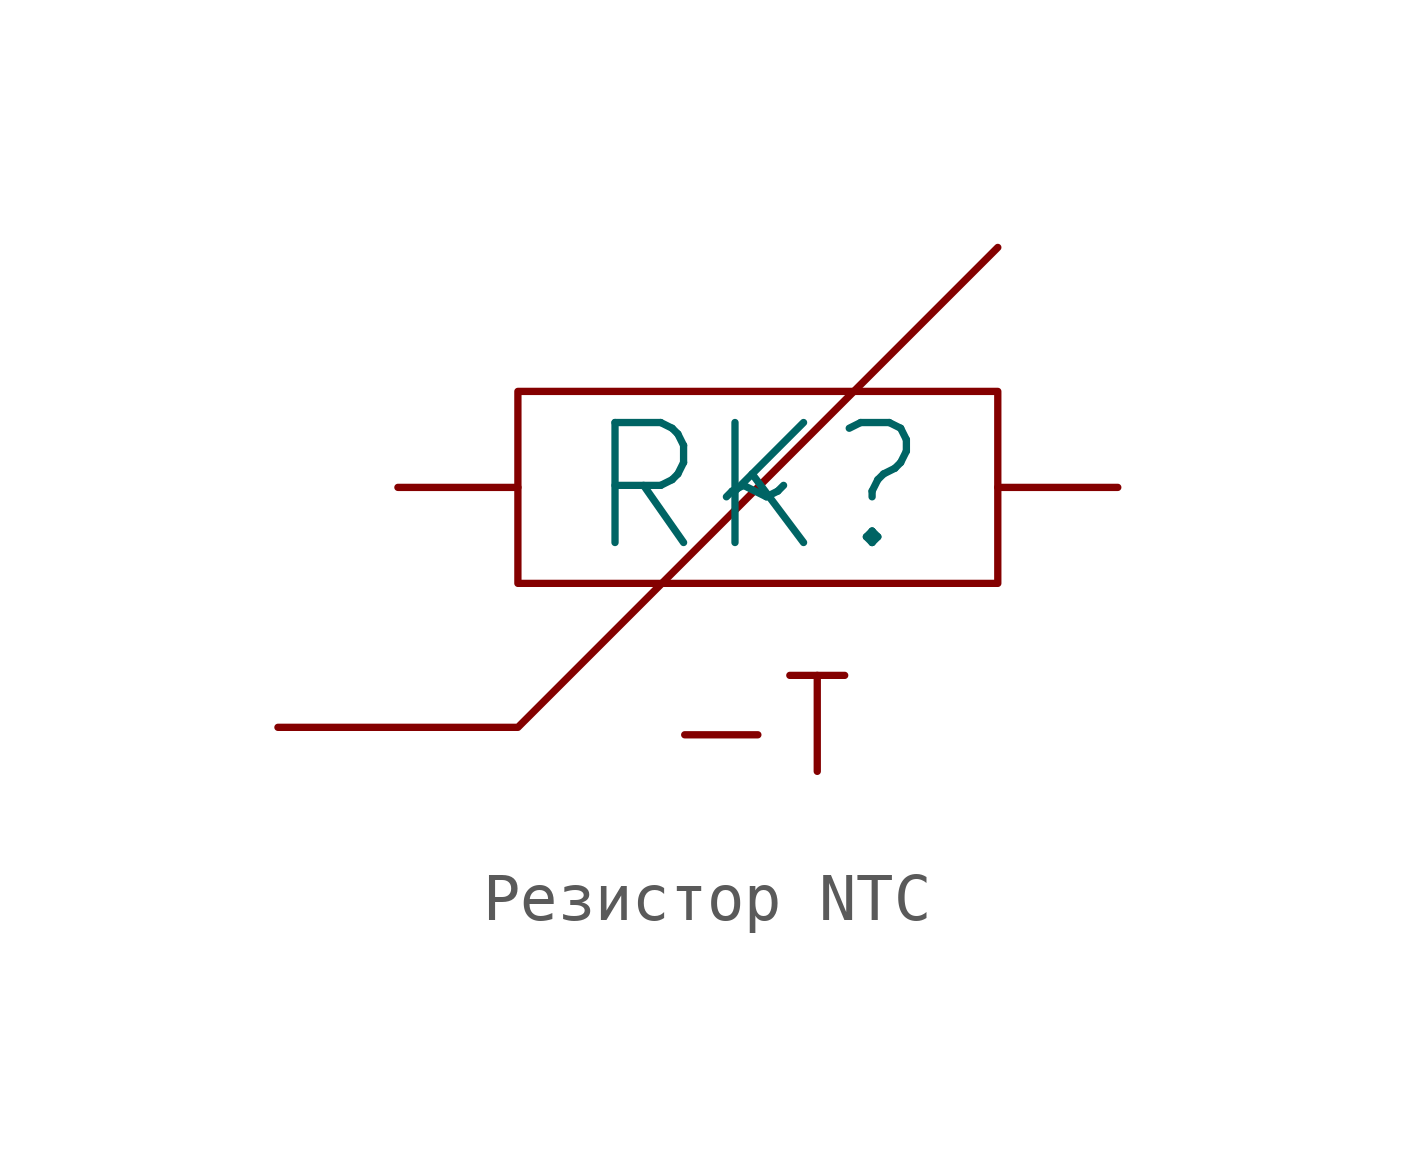
<source format=kicad_sym>
(kicad_symbol_lib
  (version 20220914)
  (generator kicad_symbol_editor)
  (symbol "Резистор NTC"
    (pin_numbers hide)
    (pin_names hide)
    (property "Reference" "RK"
      (at 0 0 0)
      (effects (font (size 2.5 2.5))))
    (property "Value" "~"
      (at 0 0 0)
      (effects (font (size 2.5 2.5))))
    (symbol "Резистор NTC_0_1"
      (rectangle (start -5 2) (end 5 -2) (stroke (width 0) (type default)) (fill (type none)))
      (polyline (pts (xy 5 5) (xy -5 -5) (xy -10 -5)) (stroke (width 0) (type default)) (fill (type none))))
    (symbol "Резистор NTC_1_1"
      (text "-T" (at 0 -5 0) (effects (font (size 2 2))))
      (pin input line (at -7.5 0 0) (length 2.5) (name "" (effects (font (size 1.27 1.27)))) (number "1" (effects (font (size 1.27 1.27)))))
      (pin input line (at 7.5 0 180) (length 2.5) (name "" (effects (font (size 1.27 1.27)))) (number "2" (effects (font (size 1.27 1.27))))))))
</source>
